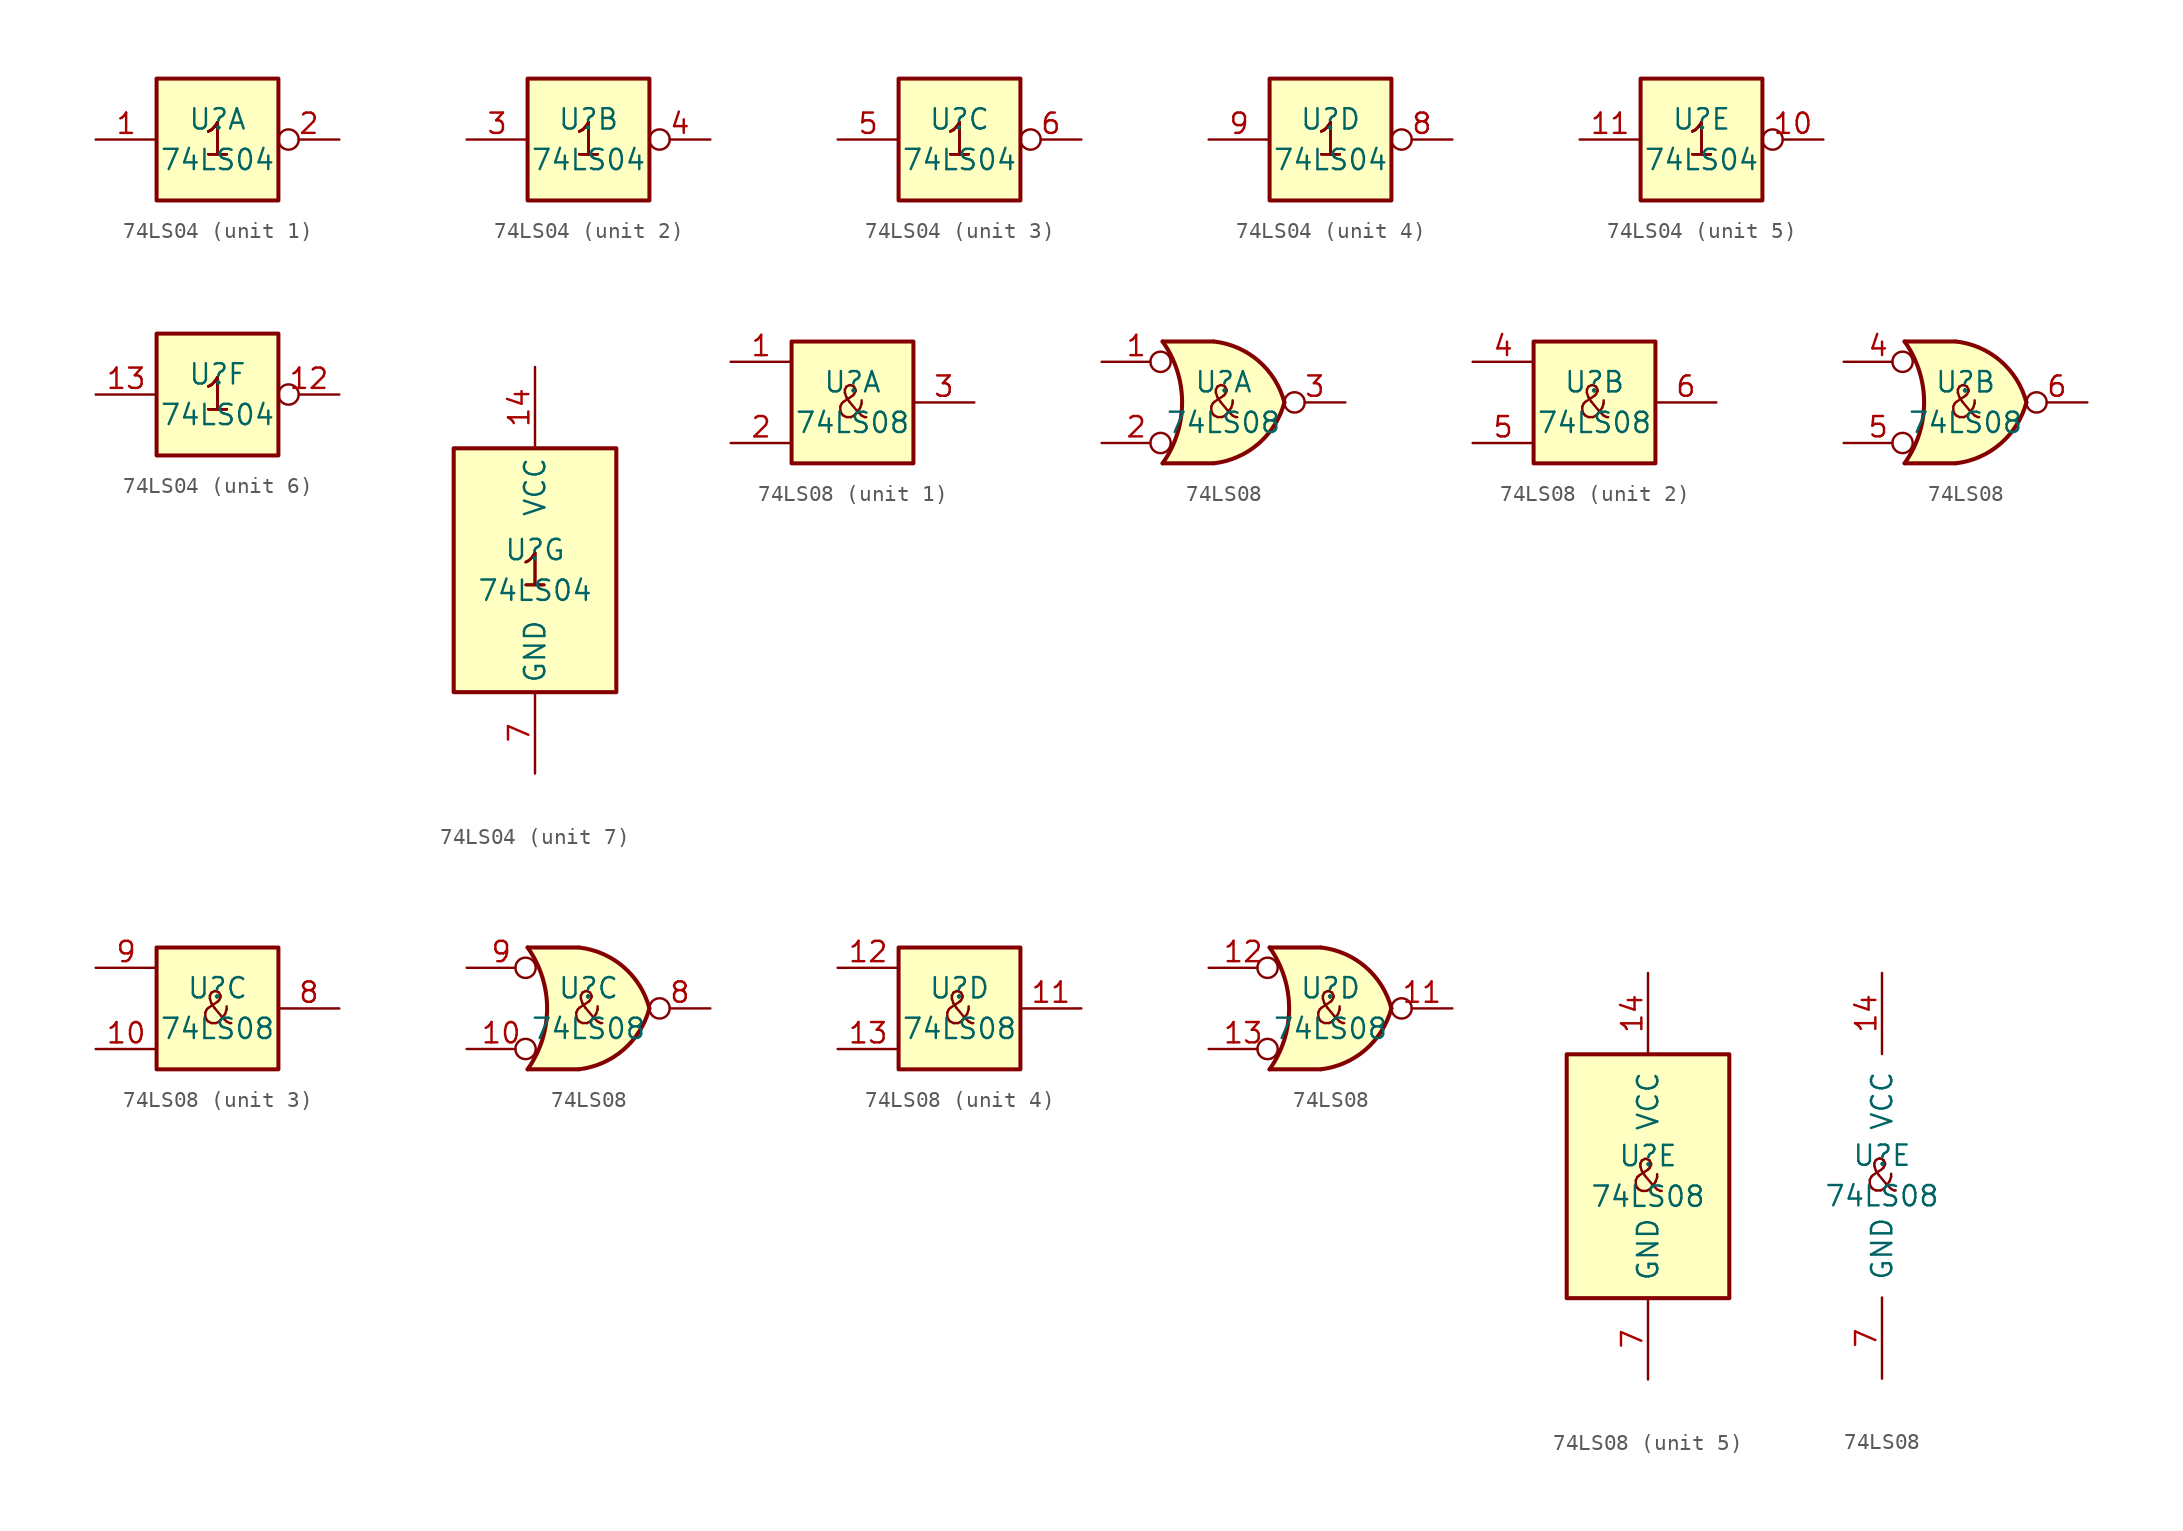
<source format=kicad_sym>
(kicad_symbol_lib
  (version 20211014)
  (generator kicad_symbol_editor)
  (symbol "74LS04"
    (property "Reference" "U"
      (at 0 1.27 0)
      (effects (font (size 1.27 1.27))))
    (property "Value" "74LS04"
      (at 0 -1.27 0)
      (effects (font (size 1.27 1.27))))
    (property "ki_locked" ""
      (at 0 0 0)
      (effects (font (size 1.27 1.27))))
    (symbol "74LS04_0_0"
      (text "1" (at 0 0 0) (effects (font (size 2 2))))
      (text "1" (at 0 0 0) (effects (font (size 2 2))))
      (text "1" (at 0 0 0) (effects (font (size 2 2))))
      (text "1" (at 0 0 0) (effects (font (size 2 2))))
      (text "1" (at 0 0 0) (effects (font (size 2 2)))))
    (symbol "74LS04_1_0"
      (pin input line (at -7.62 0 0) (length 3.81) (name "~" (effects (font (size 1.27 1.27)))) (number "1" (effects (font (size 1.27 1.27)))))
      (pin output inverted (at 7.62 0 180) (length 3.81) (name "~" (effects (font (size 1.27 1.27)))) (number "2" (effects (font (size 1.27 1.27))))))
    (symbol "74LS04_1_1"
      (rectangle (start -3.81 3.81) (end 3.81 -3.81) (stroke (width 0.25) (type default) (color 0 0 0 0)) (fill (type background))))
    (symbol "74LS04_2_0"
      (pin input line (at -7.62 0 0) (length 3.81) (name "~" (effects (font (size 1.27 1.27)))) (number "3" (effects (font (size 1.27 1.27)))))
      (pin output inverted (at 7.62 0 180) (length 3.81) (name "~" (effects (font (size 1.27 1.27)))) (number "4" (effects (font (size 1.27 1.27))))))
    (symbol "74LS04_2_1"
      (rectangle (start -3.81 3.81) (end 3.81 -3.81) (stroke (width 0.25) (type default) (color 0 0 0 0)) (fill (type background))))
    (symbol "74LS04_3_0"
      (pin input line (at -7.62 0 0) (length 3.81) (name "~" (effects (font (size 1.27 1.27)))) (number "5" (effects (font (size 1.27 1.27)))))
      (pin output inverted (at 7.62 0 180) (length 3.81) (name "~" (effects (font (size 1.27 1.27)))) (number "6" (effects (font (size 1.27 1.27))))))
    (symbol "74LS04_3_1"
      (rectangle (start -3.81 3.81) (end 3.81 -3.81) (stroke (width 0.25) (type default) (color 0 0 0 0)) (fill (type background))))
    (symbol "74LS04_4_0"
      (pin output inverted (at 7.62 0 180) (length 3.81) (name "~" (effects (font (size 1.27 1.27)))) (number "8" (effects (font (size 1.27 1.27)))))
      (pin input line (at -7.62 0 0) (length 3.81) (name "~" (effects (font (size 1.27 1.27)))) (number "9" (effects (font (size 1.27 1.27))))))
    (symbol "74LS04_4_1"
      (rectangle (start -3.81 3.81) (end 3.81 -3.81) (stroke (width 0.25) (type default) (color 0 0 0 0)) (fill (type background))))
    (symbol "74LS04_5_0"
      (pin output inverted (at 7.62 0 180) (length 3.81) (name "~" (effects (font (size 1.27 1.27)))) (number "10" (effects (font (size 1.27 1.27)))))
      (pin input line (at -7.62 0 0) (length 3.81) (name "~" (effects (font (size 1.27 1.27)))) (number "11" (effects (font (size 1.27 1.27))))))
    (symbol "74LS04_5_1"
      (rectangle (start -3.81 3.81) (end 3.81 -3.81) (stroke (width 0.25) (type default) (color 0 0 0 0)) (fill (type background))))
    (symbol "74LS04_6_0"
      (pin output inverted (at 7.62 0 180) (length 3.81) (name "~" (effects (font (size 1.27 1.27)))) (number "12" (effects (font (size 1.27 1.27)))))
      (pin input line (at -7.62 0 0) (length 3.81) (name "~" (effects (font (size 1.27 1.27)))) (number "13" (effects (font (size 1.27 1.27))))))
    (symbol "74LS04_6_1"
      (rectangle (start -3.81 3.81) (end 3.81 -3.81) (stroke (width 0.25) (type default) (color 0 0 0 0)) (fill (type background))))
    (symbol "74LS04_7_0"
      (pin power_in line (at 0 12.7 270) (length 5.08) (name "VCC" (effects (font (size 1.27 1.27)))) (number "14" (effects (font (size 1.27 1.27)))))
      (pin power_in line (at 0 -12.7 90) (length 5.08) (name "GND" (effects (font (size 1.27 1.27)))) (number "7" (effects (font (size 1.27 1.27))))))
    (symbol "74LS04_7_1"
      (rectangle (start -5.08 7.62) (end 5.08 -7.62) (stroke (width 0.254) (type default) (color 0 0 0 0)) (fill (type background)))))
  (symbol "74LS08"
    (pin_names
      (offset 1.016))
    (property "Reference" "U"
      (at 0 1.27 0)
      (effects (font (size 1.27 1.27))))
    (property "Value" "74LS08"
      (at 0 -1.27 0)
      (effects (font (size 1.27 1.27))))
    (property "ki_locked" ""
      (at 0 0 0)
      (effects (font (size 1.27 1.27))))
    (symbol "74LS08_0_0"
      (text "&" (at 0 0 0) (effects (font (size 2 2)))))
    (symbol "74LS08_1_1"
      (rectangle (start -3.81 3.81) (end 3.81 -3.81) (stroke (width 0.25) (type default) (color 0 0 0 0)) (fill (type background)))
      (pin input line (at -7.62 2.54 0) (length 3.81) (name "~" (effects (font (size 1.27 1.27)))) (number "1" (effects (font (size 1.27 1.27)))))
      (pin input line (at -7.62 -2.54 0) (length 3.81) (name "~" (effects (font (size 1.27 1.27)))) (number "2" (effects (font (size 1.27 1.27)))))
      (pin output line (at 7.62 0 180) (length 3.81) (name "~" (effects (font (size 1.27 1.27)))) (number "3" (effects (font (size 1.27 1.27))))))
    (symbol "74LS08_1_2"
      (arc (start -3.81 -3.81) (mid -2.589 0) (end -3.81 3.81) (stroke (width 0.254) (type default) (color 0 0 0 0)) (fill (type none)))
      (arc (start -0.6096 -3.81) (mid 2.1842 -2.5851) (end 3.81 0) (stroke (width 0.254) (type default) (color 0 0 0 0)) (fill (type background)))
      (polyline (pts (xy -3.81 -3.81) (xy -0.635 -3.81)) (stroke (width 0.254) (type default) (color 0 0 0 0)) (fill (type background)))
      (polyline (pts (xy -3.81 3.81) (xy -0.635 3.81)) (stroke (width 0.254) (type default) (color 0 0 0 0)) (fill (type background)))
      (polyline (pts (xy -0.635 3.81) (xy -3.81 3.81) (xy -3.81 3.81) (xy -3.556 3.404) (xy -3.023 2.261) (xy -2.692 1.041) (xy -2.616 -0.254) (xy -2.769 -1.499) (xy -3.175 -2.718) (xy -3.81 -3.81) (xy -3.81 -3.81) (xy -0.635 -3.81)) (stroke (width -25.4) (type default) (color 0 0 0 0)) (fill (type background)))
      (arc (start 3.81 0) (mid 2.1915 2.5936) (end -0.6096 3.81) (stroke (width 0.254) (type default) (color 0 0 0 0)) (fill (type background)))
      (pin input inverted (at -7.62 2.54 0) (length 4.318) (name "~" (effects (font (size 1.27 1.27)))) (number "1" (effects (font (size 1.27 1.27)))))
      (pin input inverted (at -7.62 -2.54 0) (length 4.318) (name "~" (effects (font (size 1.27 1.27)))) (number "2" (effects (font (size 1.27 1.27)))))
      (pin output inverted (at 7.62 0 180) (length 3.81) (name "~" (effects (font (size 1.27 1.27)))) (number "3" (effects (font (size 1.27 1.27))))))
    (symbol "74LS08_2_1"
      (rectangle (start -3.81 3.81) (end 3.81 -3.81) (stroke (width 0.25) (type default) (color 0 0 0 0)) (fill (type background)))
      (pin input line (at -7.62 2.54 0) (length 3.81) (name "~" (effects (font (size 1.27 1.27)))) (number "4" (effects (font (size 1.27 1.27)))))
      (pin input line (at -7.62 -2.54 0) (length 3.81) (name "~" (effects (font (size 1.27 1.27)))) (number "5" (effects (font (size 1.27 1.27)))))
      (pin output line (at 7.62 0 180) (length 3.81) (name "~" (effects (font (size 1.27 1.27)))) (number "6" (effects (font (size 1.27 1.27))))))
    (symbol "74LS08_2_2"
      (arc (start -3.81 -3.81) (mid -2.589 0) (end -3.81 3.81) (stroke (width 0.254) (type default) (color 0 0 0 0)) (fill (type none)))
      (arc (start -0.6096 -3.81) (mid 2.1842 -2.5851) (end 3.81 0) (stroke (width 0.254) (type default) (color 0 0 0 0)) (fill (type background)))
      (polyline (pts (xy -3.81 -3.81) (xy -0.635 -3.81)) (stroke (width 0.254) (type default) (color 0 0 0 0)) (fill (type background)))
      (polyline (pts (xy -3.81 3.81) (xy -0.635 3.81)) (stroke (width 0.254) (type default) (color 0 0 0 0)) (fill (type background)))
      (polyline (pts (xy -0.635 3.81) (xy -3.81 3.81) (xy -3.81 3.81) (xy -3.556 3.404) (xy -3.023 2.261) (xy -2.692 1.041) (xy -2.616 -0.254) (xy -2.769 -1.499) (xy -3.175 -2.718) (xy -3.81 -3.81) (xy -3.81 -3.81) (xy -0.635 -3.81)) (stroke (width -25.4) (type default) (color 0 0 0 0)) (fill (type background)))
      (arc (start 3.81 0) (mid 2.1915 2.5936) (end -0.6096 3.81) (stroke (width 0.254) (type default) (color 0 0 0 0)) (fill (type background)))
      (pin input inverted (at -7.62 2.54 0) (length 4.318) (name "~" (effects (font (size 1.27 1.27)))) (number "4" (effects (font (size 1.27 1.27)))))
      (pin input inverted (at -7.62 -2.54 0) (length 4.318) (name "~" (effects (font (size 1.27 1.27)))) (number "5" (effects (font (size 1.27 1.27)))))
      (pin output inverted (at 7.62 0 180) (length 3.81) (name "~" (effects (font (size 1.27 1.27)))) (number "6" (effects (font (size 1.27 1.27))))))
    (symbol "74LS08_3_1"
      (rectangle (start -3.81 3.81) (end 3.81 -3.81) (stroke (width 0.25) (type default) (color 0 0 0 0)) (fill (type background)))
      (pin input line (at -7.62 -2.54 0) (length 3.81) (name "~" (effects (font (size 1.27 1.27)))) (number "10" (effects (font (size 1.27 1.27)))))
      (pin output line (at 7.62 0 180) (length 3.81) (name "~" (effects (font (size 1.27 1.27)))) (number "8" (effects (font (size 1.27 1.27)))))
      (pin input line (at -7.62 2.54 0) (length 3.81) (name "~" (effects (font (size 1.27 1.27)))) (number "9" (effects (font (size 1.27 1.27))))))
    (symbol "74LS08_3_2"
      (arc (start -3.81 -3.81) (mid -2.589 0) (end -3.81 3.81) (stroke (width 0.254) (type default) (color 0 0 0 0)) (fill (type none)))
      (arc (start -0.6096 -3.81) (mid 2.1842 -2.5851) (end 3.81 0) (stroke (width 0.254) (type default) (color 0 0 0 0)) (fill (type background)))
      (polyline (pts (xy -3.81 -3.81) (xy -0.635 -3.81)) (stroke (width 0.254) (type default) (color 0 0 0 0)) (fill (type background)))
      (polyline (pts (xy -3.81 3.81) (xy -0.635 3.81)) (stroke (width 0.254) (type default) (color 0 0 0 0)) (fill (type background)))
      (polyline (pts (xy -0.635 3.81) (xy -3.81 3.81) (xy -3.81 3.81) (xy -3.556 3.404) (xy -3.023 2.261) (xy -2.692 1.041) (xy -2.616 -0.254) (xy -2.769 -1.499) (xy -3.175 -2.718) (xy -3.81 -3.81) (xy -3.81 -3.81) (xy -0.635 -3.81)) (stroke (width -25.4) (type default) (color 0 0 0 0)) (fill (type background)))
      (arc (start 3.81 0) (mid 2.1915 2.5936) (end -0.6096 3.81) (stroke (width 0.254) (type default) (color 0 0 0 0)) (fill (type background)))
      (pin input inverted (at -7.62 -2.54 0) (length 4.318) (name "~" (effects (font (size 1.27 1.27)))) (number "10" (effects (font (size 1.27 1.27)))))
      (pin output inverted (at 7.62 0 180) (length 3.81) (name "~" (effects (font (size 1.27 1.27)))) (number "8" (effects (font (size 1.27 1.27)))))
      (pin input inverted (at -7.62 2.54 0) (length 4.318) (name "~" (effects (font (size 1.27 1.27)))) (number "9" (effects (font (size 1.27 1.27))))))
    (symbol "74LS08_4_1"
      (rectangle (start -3.81 3.81) (end 3.81 -3.81) (stroke (width 0.25) (type default) (color 0 0 0 0)) (fill (type background)))
      (pin output line (at 7.62 0 180) (length 3.81) (name "~" (effects (font (size 1.27 1.27)))) (number "11" (effects (font (size 1.27 1.27)))))
      (pin input line (at -7.62 2.54 0) (length 3.81) (name "~" (effects (font (size 1.27 1.27)))) (number "12" (effects (font (size 1.27 1.27)))))
      (pin input line (at -7.62 -2.54 0) (length 3.81) (name "~" (effects (font (size 1.27 1.27)))) (number "13" (effects (font (size 1.27 1.27))))))
    (symbol "74LS08_4_2"
      (arc (start -3.81 -3.81) (mid -2.589 0) (end -3.81 3.81) (stroke (width 0.254) (type default) (color 0 0 0 0)) (fill (type none)))
      (arc (start -0.6096 -3.81) (mid 2.1842 -2.5851) (end 3.81 0) (stroke (width 0.254) (type default) (color 0 0 0 0)) (fill (type background)))
      (polyline (pts (xy -3.81 -3.81) (xy -0.635 -3.81)) (stroke (width 0.254) (type default) (color 0 0 0 0)) (fill (type background)))
      (polyline (pts (xy -3.81 3.81) (xy -0.635 3.81)) (stroke (width 0.254) (type default) (color 0 0 0 0)) (fill (type background)))
      (polyline (pts (xy -0.635 3.81) (xy -3.81 3.81) (xy -3.81 3.81) (xy -3.556 3.404) (xy -3.023 2.261) (xy -2.692 1.041) (xy -2.616 -0.254) (xy -2.769 -1.499) (xy -3.175 -2.718) (xy -3.81 -3.81) (xy -3.81 -3.81) (xy -0.635 -3.81)) (stroke (width -25.4) (type default) (color 0 0 0 0)) (fill (type background)))
      (arc (start 3.81 0) (mid 2.1915 2.5936) (end -0.6096 3.81) (stroke (width 0.254) (type default) (color 0 0 0 0)) (fill (type background)))
      (pin output inverted (at 7.62 0 180) (length 3.81) (name "~" (effects (font (size 1.27 1.27)))) (number "11" (effects (font (size 1.27 1.27)))))
      (pin input inverted (at -7.62 2.54 0) (length 4.318) (name "~" (effects (font (size 1.27 1.27)))) (number "12" (effects (font (size 1.27 1.27)))))
      (pin input inverted (at -7.62 -2.54 0) (length 4.318) (name "~" (effects (font (size 1.27 1.27)))) (number "13" (effects (font (size 1.27 1.27))))))
    (symbol "74LS08_5_0"
      (pin power_in line (at 0 12.7 270) (length 5.08) (name "VCC" (effects (font (size 1.27 1.27)))) (number "14" (effects (font (size 1.27 1.27)))))
      (pin power_in line (at 0 -12.7 90) (length 5.08) (name "GND" (effects (font (size 1.27 1.27)))) (number "7" (effects (font (size 1.27 1.27))))))
    (symbol "74LS08_5_1"
      (rectangle (start -5.08 7.62) (end 5.08 -7.62) (stroke (width 0.254) (type default) (color 0 0 0 0)) (fill (type background))))))
</source>
